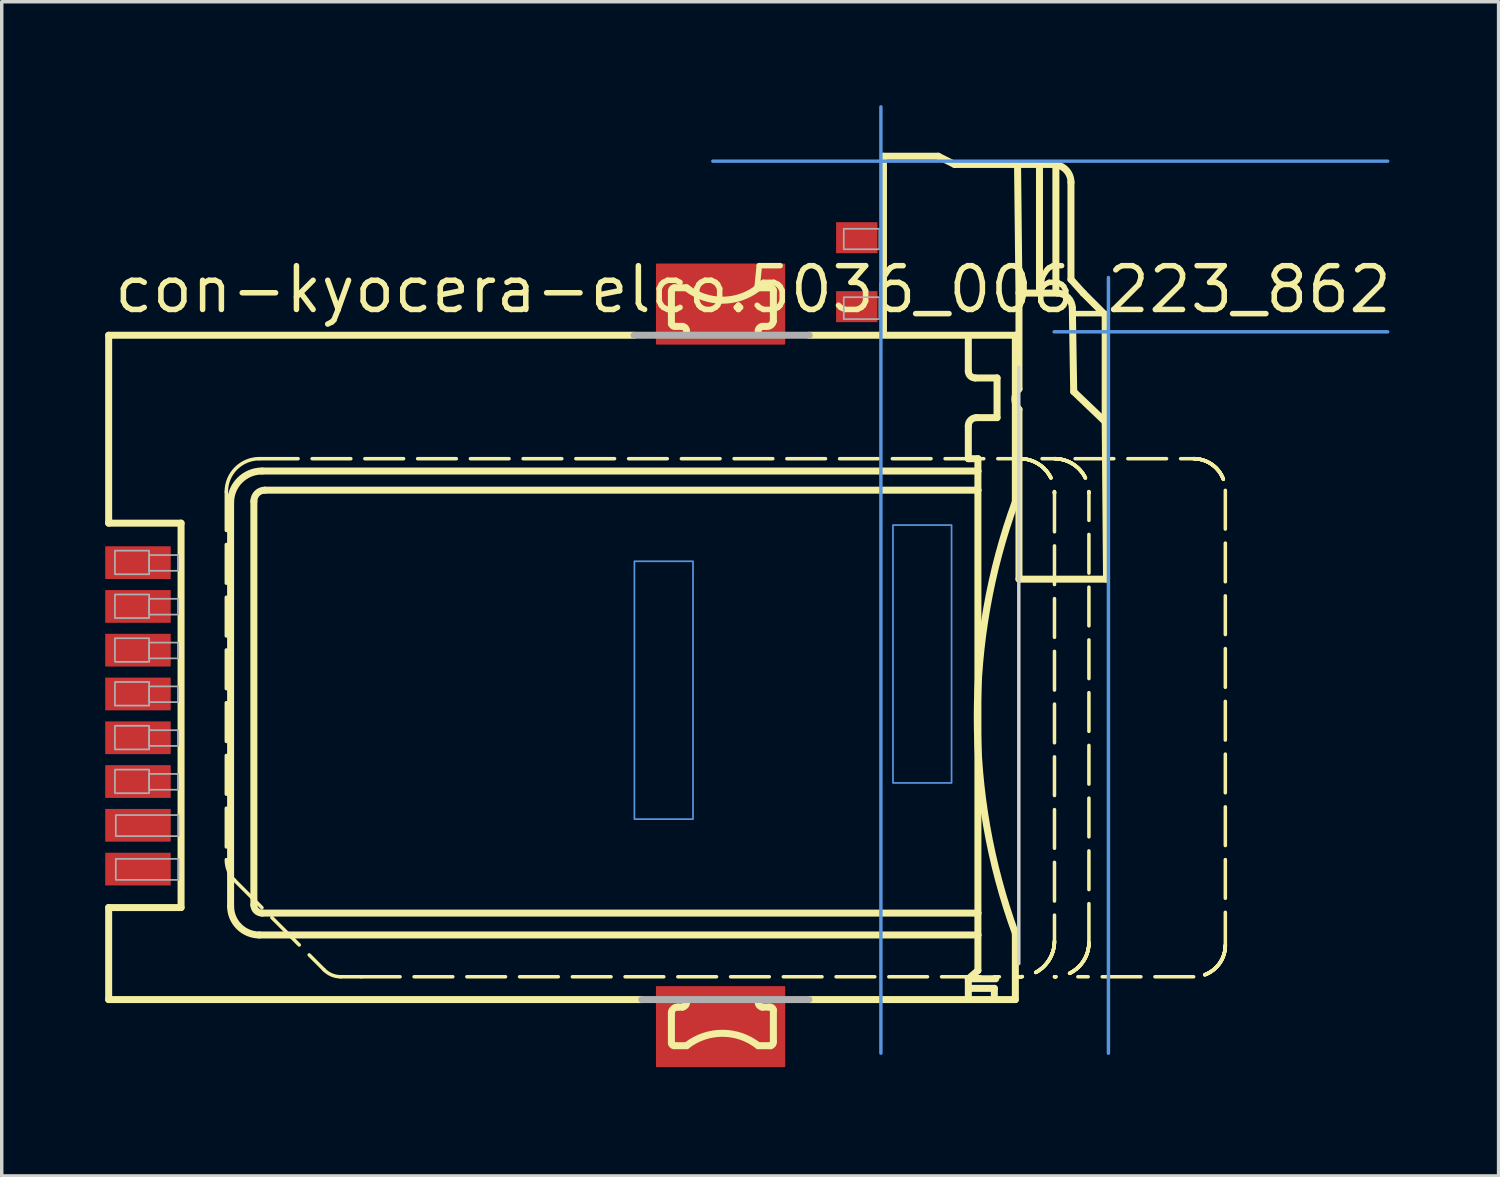
<source format=kicad_pcb>
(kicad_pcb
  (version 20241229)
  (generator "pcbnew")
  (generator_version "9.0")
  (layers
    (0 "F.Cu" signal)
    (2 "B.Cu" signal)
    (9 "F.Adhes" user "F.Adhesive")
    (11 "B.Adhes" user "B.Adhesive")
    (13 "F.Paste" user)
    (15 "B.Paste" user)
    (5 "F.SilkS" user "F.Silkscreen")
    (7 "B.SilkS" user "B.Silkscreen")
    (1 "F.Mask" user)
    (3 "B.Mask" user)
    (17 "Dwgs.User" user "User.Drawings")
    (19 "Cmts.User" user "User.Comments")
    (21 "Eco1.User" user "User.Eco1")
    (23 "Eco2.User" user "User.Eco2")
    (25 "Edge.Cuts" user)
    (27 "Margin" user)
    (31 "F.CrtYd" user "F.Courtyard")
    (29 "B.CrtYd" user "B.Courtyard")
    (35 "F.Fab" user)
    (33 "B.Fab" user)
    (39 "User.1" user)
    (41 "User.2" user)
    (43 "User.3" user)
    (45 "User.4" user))
  (footprint "con-kyocera-elco.5036_006_223_862"
    (layer "F.Cu")
    (at 17.852 16.25)
    (property "Reference" "con-kyocera-elco.5036_006_223_862" (at -17.67 -10.16 0) (layer "F.SilkS") (effects (font (size 1.27 1.27) (thickness 0.16)) (justify left bottom)))
    (attr smd)
    (fp_rect (start -1.85 -9.33) (end 1.85 -11.63) (stroke (width 0.05) (type default)) (fill yes) (layer "F.Cu"))
    (fp_rect (start -1.85 11.63) (end 1.85 9.33) (stroke (width 0.05) (type default)) (fill yes) (layer "F.Cu"))
    (fp_rect (start -1.975 -9.175) (end 1.975 -11.75) (stroke (width 0.05) (type default)) (fill yes) (layer "F.Mask"))
    (fp_rect (start -1.975 11.785) (end 1.975 9.21) (stroke (width 0.05) (type default)) (fill yes) (layer "F.Mask"))
    (fp_line (start -17.75 -9.575) (end -2.51 -9.575) (stroke (width 0.203) (type default)) (layer "F.SilkS"))
    (fp_line (start -17.75 -4.125) (end -17.75 -9.575) (stroke (width 0.203) (type default)) (layer "F.SilkS"))
    (fp_line (start -17.75 7.025) (end -15.65 7.025) (stroke (width 0.203) (type default)) (layer "F.SilkS"))
    (fp_line (start -17.75 9.695) (end -17.75 7.025) (stroke (width 0.203) (type default)) (layer "F.SilkS"))
    (fp_line (start -15.65 -4.125) (end -17.75 -4.125) (stroke (width 0.203) (type default)) (layer "F.SilkS"))
    (fp_line (start -15.65 7.025) (end -15.65 -4.125) (stroke (width 0.203) (type default)) (layer "F.SilkS"))
    (fp_line (start -14.337 -5.036) (end -14.337 5.636) (stroke (width 0.102) (type dash)) (layer "F.SilkS"))
    (fp_line (start -14.213 -4.724) (end -14.213 6.987) (stroke (width 0.203) (type default)) (layer "F.SilkS"))
    (fp_line (start -14.097 6.235) (end -11.499 8.833) (stroke (width 0.102) (type dash)) (layer "F.SilkS"))
    (fp_line (start -13.538 6.947) (end -13.538 -4.764) (stroke (width 0.203) (type default)) (layer "F.SilkS"))
    (fp_line (start -13.379 7.821) (end 7.464 7.821) (stroke (width 0.203) (type default)) (layer "F.SilkS"))
    (fp_line (start -13.378 -5.995) (end 8.605 -5.995) (stroke (width 0.102) (type dash)) (layer "F.SilkS"))
    (fp_line (start -13.3 -5.637) (end 7.464 -5.637) (stroke (width 0.203) (type default)) (layer "F.SilkS"))
    (fp_line (start -13.22 -5.082) (end 7.464 -5.082) (stroke (width 0.203) (type default)) (layer "F.SilkS"))
    (fp_line (start -10.42 9.033) (end 8.086 9.033) (stroke (width 0.102) (type dash)) (layer "F.SilkS"))
    (fp_line (start -2.285 9.695) (end -17.75 9.695) (stroke (width 0.203) (type default)) (layer "F.SilkS"))
    (fp_line (start -1.427 -9.913) (end -1.427 -10.832) (stroke (width 0.203) (type default)) (layer "F.SilkS"))
    (fp_line (start -1.427 10.952) (end -1.427 10.072) (stroke (width 0.203) (type default)) (layer "F.SilkS"))
    (fp_line (start -1.347 -10.952) (end -0.987 -10.952) (stroke (width 0.203) (type default)) (layer "F.SilkS"))
    (fp_line (start -1.227 9.913) (end -1.107 9.913) (stroke (width 0.203) (type default)) (layer "F.SilkS"))
    (fp_line (start -1.107 -9.833) (end -1.307 -9.833) (stroke (width 0.203) (type default)) (layer "F.SilkS"))
    (fp_line (start -0.987 11.032) (end -1.347 11.032) (stroke (width 0.203) (type default)) (layer "F.SilkS"))
    (fp_line (start 1.091 -10.952) (end 1.451 -10.952) (stroke (width 0.203) (type default)) (layer "F.SilkS"))
    (fp_line (start 1.211 9.913) (end 1.411 9.913) (stroke (width 0.203) (type default)) (layer "F.SilkS"))
    (fp_line (start 1.331 -9.833) (end 1.211 -9.833) (stroke (width 0.203) (type default)) (layer "F.SilkS"))
    (fp_line (start 1.451 11.032) (end 1.091 11.032) (stroke (width 0.203) (type default)) (layer "F.SilkS"))
    (fp_line (start 1.531 -10.872) (end 1.531 -9.992) (stroke (width 0.203) (type default)) (layer "F.SilkS"))
    (fp_line (start 1.531 9.993) (end 1.531 10.912) (stroke (width 0.203) (type default)) (layer "F.SilkS"))
    (fp_line (start 1.97 -5.076) (end 1.771 -5.076) (stroke (width 0.102) (type default)) (layer "F.SilkS"))
    (fp_line (start 2.57 -9.575) (end 8.55 -9.575) (stroke (width 0.203) (type default)) (layer "F.SilkS"))
    (fp_line (start 4.724 -14.768) (end 6.312 -14.768) (stroke (width 0.203) (type default)) (layer "F.SilkS"))
    (fp_line (start 4.724 -9.687) (end 4.724 -14.768) (stroke (width 0.203) (type default)) (layer "F.SilkS"))
    (fp_line (start 6.312 -14.768) (end 6.789 -14.53) (stroke (width 0.203) (type default)) (layer "F.SilkS"))
    (fp_line (start 6.789 -14.53) (end 9.647 -14.53) (stroke (width 0.203) (type default)) (layer "F.SilkS"))
    (fp_line (start 7.186 -8.536) (end 7.186 -9.488) (stroke (width 0.203) (type default)) (layer "F.SilkS"))
    (fp_line (start 7.186 -5.995) (end 7.186 -6.947) (stroke (width 0.203) (type default)) (layer "F.SilkS"))
    (fp_line (start 7.186 9.091) (end 7.186 9.647) (stroke (width 0.203) (type default)) (layer "F.SilkS"))
    (fp_line (start 7.186 9.091) (end 7.98 9.091) (stroke (width 0.203) (type default)) (layer "F.SilkS"))
    (fp_line (start 7.225 9.369) (end 7.94 9.369) (stroke (width 0.203) (type default)) (layer "F.SilkS"))
    (fp_line (start 7.424 -7.186) (end 8.019 -7.186) (stroke (width 0.203) (type default)) (layer "F.SilkS"))
    (fp_line (start 7.464 -5.995) (end 7.186 -5.995) (stroke (width 0.203) (type default)) (layer "F.SilkS"))
    (fp_line (start 7.464 -5.637) (end 7.464 -5.995) (stroke (width 0.203) (type default)) (layer "F.SilkS"))
    (fp_line (start 7.464 -5.637) (end 7.464 -5.082) (stroke (width 0.203) (type default)) (layer "F.SilkS"))
    (fp_line (start 7.464 -5.082) (end 7.464 7.186) (stroke (width 0.203) (type default)) (layer "F.SilkS"))
    (fp_line (start 7.464 7.186) (end -13.3 7.186) (stroke (width 0.203) (type default)) (layer "F.SilkS"))
    (fp_line (start 7.464 7.821) (end 7.464 7.186) (stroke (width 0.203) (type default)) (layer "F.SilkS"))
    (fp_line (start 7.464 7.821) (end 7.464 8.853) (stroke (width 0.203) (type default)) (layer "F.SilkS"))
    (fp_line (start 7.464 8.853) (end 7.186 9.091) (stroke (width 0.203) (type default)) (layer "F.SilkS"))
    (fp_line (start 7.94 9.369) (end 7.94 9.568) (stroke (width 0.203) (type default)) (layer "F.SilkS"))
    (fp_line (start 8.019 -8.337) (end 7.384 -8.337) (stroke (width 0.203) (type default)) (layer "F.SilkS"))
    (fp_line (start 8.019 -7.186) (end 8.019 -8.337) (stroke (width 0.203) (type default)) (layer "F.SilkS"))
    (fp_line (start 8.55 9.695) (end 2.57 9.695) (stroke (width 0.203) (type default)) (layer "F.SilkS"))
    (fp_line (start 8.55 -9.575) (end 8.55 -4.746) (stroke (width 0.203) (type default)) (layer "F.SilkS"))
    (fp_line (start 8.55 7.769) (end 8.55 9.695) (stroke (width 0.203) (type default)) (layer "F.SilkS"))
    (fp_line (start 8.615 -14.411) (end 8.655 -10.838) (stroke (width 0.203) (type default)) (layer "F.SilkS"))
    (fp_line (start 8.646 9.033) (end 8.605 9.033) (stroke (width 0.102) (type dash)) (layer "F.SilkS"))
    (fp_line (start 8.655 -10.798) (end 8.655 -8.019) (stroke (width 0.203) (type default)) (layer "F.SilkS"))
    (fp_line (start 8.655 -7.424) (end 8.655 -2.501) (stroke (width 0.203) (type default)) (layer "F.SilkS"))
    (fp_line (start 8.655 -2.501) (end 11.195 -2.501) (stroke (width 0.203) (type default)) (layer "F.SilkS"))
    (fp_line (start 9.25 -10.918) (end 9.25 -14.411) (stroke (width 0.203) (type default)) (layer "F.SilkS"))
    (fp_line (start 9.685 -5.995) (end 9.325 -5.995) (stroke (width 0.102) (type dash)) (layer "F.SilkS"))
    (fp_line (start 9.685 -4.996) (end 9.685 7.994) (stroke (width 0.102) (type dash)) (layer "F.SilkS"))
    (fp_line (start 9.726 -14.411) (end 9.726 -10.918) (stroke (width 0.203) (type default)) (layer "F.SilkS"))
    (fp_line (start 9.766 -10.798) (end 8.655 -10.798) (stroke (width 0.203) (type default)) (layer "F.SilkS"))
    (fp_line (start 10.163 -14.014) (end 10.163 -11.195) (stroke (width 0.203) (type default)) (layer "F.SilkS"))
    (fp_line (start 10.163 -11.195) (end 10.521 -10.798) (stroke (width 0.203) (type default)) (layer "F.SilkS"))
    (fp_line (start 10.243 -7.94) (end 10.203 -10.362) (stroke (width 0.203) (type default)) (layer "F.SilkS"))
    (fp_line (start 10.284 -5.995) (end 13.722 -5.995) (stroke (width 0.102) (type dash)) (layer "F.SilkS"))
    (fp_line (start 10.521 -10.798) (end 11.156 -10.163) (stroke (width 0.203) (type default)) (layer "F.SilkS"))
    (fp_line (start 10.684 8.034) (end 10.684 -4.996) (stroke (width 0.102) (type dash)) (layer "F.SilkS"))
    (fp_line (start 11.156 -10.163) (end 11.156 -7.146) (stroke (width 0.203) (type default)) (layer "F.SilkS"))
    (fp_line (start 11.156 -7.067) (end 10.243 -7.94) (stroke (width 0.203) (type default)) (layer "F.SilkS"))
    (fp_line (start 11.195 -2.501) (end 11.156 -7.067) (stroke (width 0.203) (type default)) (layer "F.SilkS"))
    (fp_line (start 13.722 9.033) (end 10.364 9.033) (stroke (width 0.102) (type dash)) (layer "F.SilkS"))
    (fp_line (start 14.641 -5.076) (end 14.641 8.114) (stroke (width 0.102) (type dash)) (layer "F.SilkS"))
    (fp_arc (start -14.3373 -5.0362) (mid -14.056328 -5.714528) (end -13.378 -5.9955) (stroke (width 0.1016) (type default)) (layer "F.SilkS"))
    (fp_arc (start -14.2126 -4.7243) (mid -13.945159 -5.369959) (end -13.2995 -5.6374) (stroke (width 0.2032) (type default)) (layer "F.SilkS"))
    (fp_arc (start -14.0974 6.2353) (mid -14.275107 5.958662) (end -14.3373 5.6358) (stroke (width 0.1016) (type default)) (layer "F.SilkS"))
    (fp_arc (start -13.5377 -4.764) (mid -13.444677 -4.988577) (end -13.2201 -5.0816) (stroke (width 0.2032) (type default)) (layer "F.SilkS"))
    (fp_arc (start -13.3789 7.8209) (mid -13.968415 7.576715) (end -14.2126 6.9872) (stroke (width 0.2032) (type default)) (layer "F.SilkS"))
    (fp_arc (start -13.2995 7.1857) (mid -13.467933 7.115933) (end -13.5377 6.9475) (stroke (width 0.2032) (type default)) (layer "F.SilkS"))
    (fp_arc (start -11.0197 9.0332) (mid -11.279319 8.980763) (end -11.4994 8.8334) (stroke (width 0.1016) (type default)) (layer "F.SilkS"))
    (fp_arc (start -10.4202 9.0332) (mid -10.71995 9.033793) (end -11.0197 9.0332) (stroke (width 0.1016) (type default)) (layer "F.SilkS"))
    (fp_arc (start -1.427 10.0725) (mid -1.360196 9.95122) (end -1.2272 9.9127) (stroke (width 0.2032) (type default)) (layer "F.SilkS"))
    (fp_arc (start -1.4269 -10.8318) (mid -1.411782 -10.908298) (end -1.347 -10.9517) (stroke (width 0.2032) (type default)) (layer "F.SilkS"))
    (fp_arc (start -1.3471 11.0318) (mid -1.403598 11.008398) (end -1.427 10.9519) (stroke (width 0.2032) (type default)) (layer "F.SilkS"))
    (fp_arc (start -1.3071 -9.8327) (mid -1.383598 -9.847818) (end -1.427 -9.9126) (stroke (width 0.2032) (type default)) (layer "F.SilkS"))
    (fp_arc (start -1.1072 -9.8326) (mid -1.014163 -9.77746) (end -0.9873 -9.6727) (stroke (width 0.2032) (type default)) (layer "F.SilkS"))
    (fp_arc (start -0.9874 9.7528) (mid -1.01424 9.857543) (end -1.1073 9.9126) (stroke (width 0.2032) (type default)) (layer "F.SilkS"))
    (fp_arc (start -0.9874 11.0318) (mid 0.05185 10.672131) (end 1.0911 11.0318) (stroke (width 0.2032) (type default)) (layer "F.SilkS"))
    (fp_arc (start 1.0912 -10.9518) (mid 0.05195 -10.592131) (end -0.9873 -10.9518) (stroke (width 0.2032) (type default)) (layer "F.SilkS"))
    (fp_arc (start 1.0912 -9.6728) (mid 1.11804 -9.777543) (end 1.2111 -9.8326) (stroke (width 0.2032) (type default)) (layer "F.SilkS"))
    (fp_arc (start 1.211 9.9126) (mid 1.117963 9.85746) (end 1.0911 9.7527) (stroke (width 0.2032) (type default)) (layer "F.SilkS"))
    (fp_arc (start 1.4109 9.9127) (mid 1.487398 9.927818) (end 1.5308 9.9926) (stroke (width 0.2032) (type default)) (layer "F.SilkS"))
    (fp_arc (start 1.4509 -10.9518) (mid 1.507398 -10.928398) (end 1.5308 -10.8719) (stroke (width 0.2032) (type default)) (layer "F.SilkS"))
    (fp_arc (start 1.5307 10.9118) (mid 1.515582 10.988298) (end 1.4508 11.0317) (stroke (width 0.2032) (type default)) (layer "F.SilkS"))
    (fp_arc (start 1.5308 -9.9925) (mid 1.463996 -9.87122) (end 1.331 -9.8327) (stroke (width 0.2032) (type default)) (layer "F.SilkS"))
    (fp_arc (start 7.1857 -6.9475) (mid 7.255467 -7.115933) (end 7.4239 -7.1857) (stroke (width 0.2032) (type default)) (layer "F.SilkS"))
    (fp_arc (start 7.3842 -8.337) (mid 7.243839 -8.395139) (end 7.1857 -8.5355) (stroke (width 0.2032) (type default)) (layer "F.SilkS"))
    (fp_arc (start 8.55 7.7688) (mid 7.445615 1.5114) (end 8.55 -4.746) (stroke (width 0.2032) (type default)) (layer "F.SilkS"))
    (fp_arc (start 8.6546 -7.4239) (mid 8.535019 -7.72165) (end 8.6546 -8.0194) (stroke (width 0.2032) (type default)) (layer "F.SilkS"))
    (fp_arc (start 8.6855 -5.9955) (mid 9.392041 -5.702841) (end 9.6847 -4.9963) (stroke (width 0.1016) (type dash)) (layer "F.SilkS"))
    (fp_arc (start 9.6471 -14.5302) (mid 10.012038 -14.379038) (end 10.1632 -14.0141) (stroke (width 0.2032) (type default)) (layer "F.SilkS"))
    (fp_arc (start 9.6847 -5.9955) (mid 10.391312 -5.702812) (end 10.684 -4.9962) (stroke (width 0.1016) (type dash)) (layer "F.SilkS"))
    (fp_arc (start 9.6847 7.994) (mid 9.380325 8.728825) (end 8.6455 9.0332) (stroke (width 0.1016) (type dash)) (layer "F.SilkS"))
    (fp_arc (start 9.7662 -10.7984) (mid 10.072898 -10.668398) (end 10.2029 -10.3617) (stroke (width 0.2032) (type default)) (layer "F.SilkS"))
    (fp_arc (start 10.684 8.0339) (mid 10.391312 8.740512) (end 9.6847 9.0332) (stroke (width 0.1016) (type dash)) (layer "F.SilkS"))
    (fp_arc (start 13.7217 -5.9955) (mid 14.371743 -5.726243) (end 14.641 -5.0762) (stroke (width 0.1016) (type dash)) (layer "F.SilkS"))
    (fp_arc (start 14.641 8.1139) (mid 14.371743 8.763943) (end 13.7217 9.0332) (stroke (width 0.1016) (type dash)) (layer "F.SilkS"))
    (fp_rect (start -1.725 -9.45) (end 1.725 -11.5) (stroke (width 0.05) (type default)) (fill yes) (layer "F.Paste"))
    (fp_rect (start -1.725 11.51) (end 1.725 9.46) (stroke (width 0.05) (type default)) (fill yes) (layer "F.Paste"))
    (fp_line (start -0.225 -14.625) (end 19.35 -14.625) (stroke (width 0.1) (type default)) (layer "Cmts.User"))
    (fp_line (start 4.65 -16.2) (end 4.65 11.25) (stroke (width 0.1) (type default)) (layer "Cmts.User"))
    (fp_line (start 9.675 -9.675) (end 19.35 -9.675) (stroke (width 0.1) (type default)) (layer "Cmts.User"))
    (fp_line (start 11.25 -11.25) (end 11.25 11.25) (stroke (width 0.1) (type default)) (layer "Cmts.User"))
    (fp_rect (start -2.5 4.46) (end -0.8 -3.02) (stroke (width 0.05) (type default)) (fill no) (layer "Cmts.User"))
    (fp_rect (start 5 3.41) (end 6.7 -4.07) (stroke (width 0.05) (type default)) (fill no) (layer "Cmts.User"))
    (fp_line (start 8.65 -8.65) (end 8.65 8.65) (stroke (width 0.1) (type default)) (layer "Edge.Cuts"))
    (fp_line (start -2.51 -9.575) (end 2.57 -9.575) (stroke (width 0.203) (type default)) (layer "F.Fab"))
    (fp_line (start 2.56 9.695) (end -2.285 9.695) (stroke (width 0.203) (type default)) (layer "F.Fab"))
    (fp_rect (start -17.568 -2.642) (end -16.576 -3.327) (stroke (width 0.05) (type default)) (fill no) (layer "F.Fab"))
    (fp_rect (start -17.568 -1.372) (end -16.576 -2.057) (stroke (width 0.05) (type default)) (fill no) (layer "F.Fab"))
    (fp_rect (start -17.568 -0.102) (end -16.576 -0.787) (stroke (width 0.05) (type default)) (fill no) (layer "F.Fab"))
    (fp_rect (start -17.568 1.168) (end -16.576 0.483) (stroke (width 0.05) (type default)) (fill no) (layer "F.Fab"))
    (fp_rect (start -17.568 2.438) (end -16.576 1.753) (stroke (width 0.05) (type default)) (fill no) (layer "F.Fab"))
    (fp_rect (start -17.568 3.708) (end -16.576 3.023) (stroke (width 0.05) (type default)) (fill no) (layer "F.Fab"))
    (fp_rect (start -17.543 4.953) (end -15.725 4.343) (stroke (width 0.05) (type default)) (fill no) (layer "F.Fab"))
    (fp_rect (start -17.543 6.223) (end -15.725 5.613) (stroke (width 0.05) (type default)) (fill no) (layer "F.Fab"))
    (fp_rect (start -16.576 -2.743) (end -15.736 -3.2) (stroke (width 0.05) (type default)) (fill no) (layer "F.Fab"))
    (fp_rect (start -16.576 -1.473) (end -15.736 -1.93) (stroke (width 0.05) (type default)) (fill no) (layer "F.Fab"))
    (fp_rect (start -16.576 -0.203) (end -15.736 -0.66) (stroke (width 0.05) (type default)) (fill no) (layer "F.Fab"))
    (fp_rect (start -16.576 1.067) (end -15.736 0.61) (stroke (width 0.05) (type default)) (fill no) (layer "F.Fab"))
    (fp_rect (start -16.576 2.337) (end -15.736 1.88) (stroke (width 0.05) (type default)) (fill no) (layer "F.Fab"))
    (fp_rect (start -16.576 3.607) (end -15.736 3.15) (stroke (width 0.05) (type default)) (fill no) (layer "F.Fab"))
    (fp_rect (start 3.573 -12.069) (end 4.605 -12.664) (stroke (width 0.05) (type default)) (fill no) (layer "F.Fab"))
    (fp_rect (start 3.573 -10.044) (end 4.605 -10.679) (stroke (width 0.05) (type default)) (fill no) (layer "F.Fab"))
    (pad "C/D@1" smd roundrect (at -16.9 4.64) (size 1.9 0.95) (layers "F.Cu" "F.Mask" "F.Paste") (roundrect_rratio 0.01))
    (pad "C/D@2" smd roundrect (at -16.9 5.91) (size 1.9 0.95) (layers "F.Cu" "F.Mask" "F.Paste") (roundrect_rratio 0.01))
    (pad "C1" smd roundrect (at -16.9 -2.98) (size 1.9 0.95) (layers "F.Cu" "F.Mask" "F.Paste") (roundrect_rratio 0.01))
    (pad "C2" smd roundrect (at -16.9 -0.44) (size 1.9 0.95) (layers "F.Cu" "F.Mask" "F.Paste") (roundrect_rratio 0.01))
    (pad "C3" smd roundrect (at -16.9 2.1) (size 1.9 0.95) (layers "F.Cu" "F.Mask" "F.Paste") (roundrect_rratio 0.01))
    (pad "C5" smd roundrect (at -16.9 -1.71) (size 1.9 0.95) (layers "F.Cu" "F.Mask" "F.Paste") (roundrect_rratio 0.01))
    (pad "C6" smd roundrect (at -16.9 0.83) (size 1.9 0.95) (layers "F.Cu" "F.Mask" "F.Paste") (roundrect_rratio 0.01))
    (pad "C7" smd roundrect (at -16.9 3.37) (size 1.9 0.95) (layers "F.Cu" "F.Mask" "F.Paste") (roundrect_rratio 0.01))
    (pad "SW@1" smd roundrect (at 3.95 -12.405) (size 1.2 0.9) (layers "F.Cu" "F.Mask" "F.Paste") (roundrect_rratio 0.01))
    (pad "SW@2" smd roundrect (at 3.95 -10.405) (size 1.2 0.9) (layers "F.Cu" "F.Mask" "F.Paste") (roundrect_rratio 0.01)))
  (gr_rect
    (start -3 -3)
    (end 40.419 31.06)
    (stroke (width 0.1) (type default))
    (fill no)
    (layer "Edge.Cuts")))
</source>
